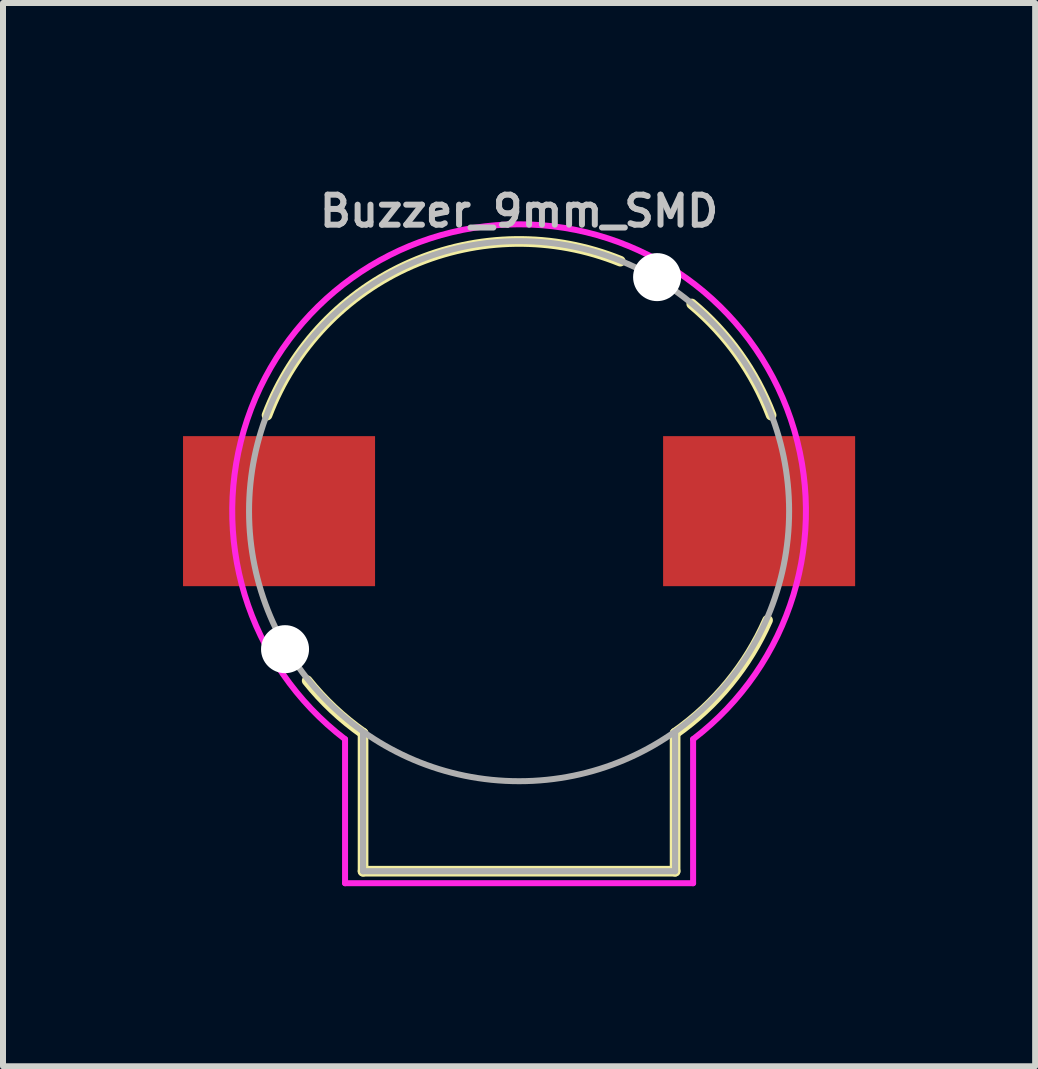
<source format=kicad_pcb>
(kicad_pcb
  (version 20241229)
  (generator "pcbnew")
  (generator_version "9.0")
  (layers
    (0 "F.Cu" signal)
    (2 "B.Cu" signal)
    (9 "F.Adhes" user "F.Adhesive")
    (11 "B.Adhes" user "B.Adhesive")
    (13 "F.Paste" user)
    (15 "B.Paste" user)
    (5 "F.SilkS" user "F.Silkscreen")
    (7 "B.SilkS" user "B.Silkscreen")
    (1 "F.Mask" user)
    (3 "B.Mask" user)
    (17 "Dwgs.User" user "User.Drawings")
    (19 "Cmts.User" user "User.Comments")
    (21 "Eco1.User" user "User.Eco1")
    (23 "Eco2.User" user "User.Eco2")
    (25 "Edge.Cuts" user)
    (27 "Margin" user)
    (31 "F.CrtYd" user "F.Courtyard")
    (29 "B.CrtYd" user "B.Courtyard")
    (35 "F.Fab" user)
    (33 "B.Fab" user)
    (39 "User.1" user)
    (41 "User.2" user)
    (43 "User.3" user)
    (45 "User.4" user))
  (footprint "Buzzer_9mm_SMD"
    (layer "F.Cu")
    (at 5.6 5.468)
    (property "Reference" "Buzzer_9mm_SMD" (at 0 -5 0) (unlocked yes) (layer "Dwgs.User") (effects (font (size 0.5 0.5) (thickness 0.1))))
    (attr smd)
    (fp_line (start -2.6 3.7) (end -2.6 6) (stroke (width 0.178) (type default)) (layer "F.SilkS"))
    (fp_line (start -2.6 6) (end 2.6 6) (stroke (width 0.178) (type default)) (layer "F.SilkS"))
    (fp_line (start 2.6 6) (end 2.6 3.7) (stroke (width 0.178) (type default)) (layer "F.SilkS"))
    (fp_arc (start -4.2 -1.6) (mid -1.796085 -4.119961) (end 1.686282 -4.166108) (stroke (width 0.1778) (type default)) (layer "F.SilkS"))
    (fp_arc (start -2.6 3.699999) (mid -3.096672 3.295545) (end -3.531219 2.824975) (stroke (width 0.1778) (type default)) (layer "F.SilkS"))
    (fp_arc (start 2.877271 -3.452725) (mid 3.65788 -2.611496) (end 4.2 -1.6) (stroke (width 0.1778) (type default)) (layer "F.SilkS"))
    (fp_arc (start 4.140695 1.817866) (mid 3.499264 2.864462) (end 2.6 3.699999) (stroke (width 0.1778) (type default)) (layer "F.SilkS"))
    (fp_line (start -2.9 6.2) (end -2.9 3.8) (stroke (width 0.1) (type default)) (layer "F.CrtYd"))
    (fp_line (start 2.9 6.2) (end -2.9 6.2) (stroke (width 0.1) (type default)) (layer "F.CrtYd"))
    (fp_line (start 2.9 6.2) (end 2.9 3.8) (stroke (width 0.1) (type default)) (layer "F.CrtYd"))
    (fp_arc (start -2.9 3.8) (mid 0 -4.780167) (end 2.9 3.8) (stroke (width 0.1) (type default)) (layer "F.CrtYd"))
    (fp_line (start -2.6 3.7) (end -2.6 6) (stroke (width 0.102) (type default)) (layer "F.Fab"))
    (fp_line (start -2.6 6) (end 2.6 6) (stroke (width 0.102) (type default)) (layer "F.Fab"))
    (fp_line (start 2.6 6) (end 2.6 3.7) (stroke (width 0.102) (type default)) (layer "F.Fab"))
    (fp_circle (center 0 0) (end 4.5 0) (stroke (width 0.1) (type default)) (fill no) (layer "F.Fab"))
    (pad "" np_thru_hole circle (at -3.9 2.3) (size 0.8 0.8) (drill 0.8) (layers "*.Cu" "*.Mask"))
    (pad "" np_thru_hole circle (at 2.3 -3.9) (size 0.8 0.8) (drill 0.8) (layers "*.Cu" "*.Mask"))
    (pad "1" smd rect (at 4 0) (size 3.2 2.5) (layers "F.Cu" "F.Mask" "F.Paste"))
    (pad "2" smd rect (at -4 0) (size 3.2 2.5) (layers "F.Cu" "F.Mask" "F.Paste")))
  (gr_rect
    (start -3 -3)
    (end 14.2 14.718)
    (stroke (width 0.1) (type default))
    (fill no)
    (layer "Edge.Cuts")))
</source>
